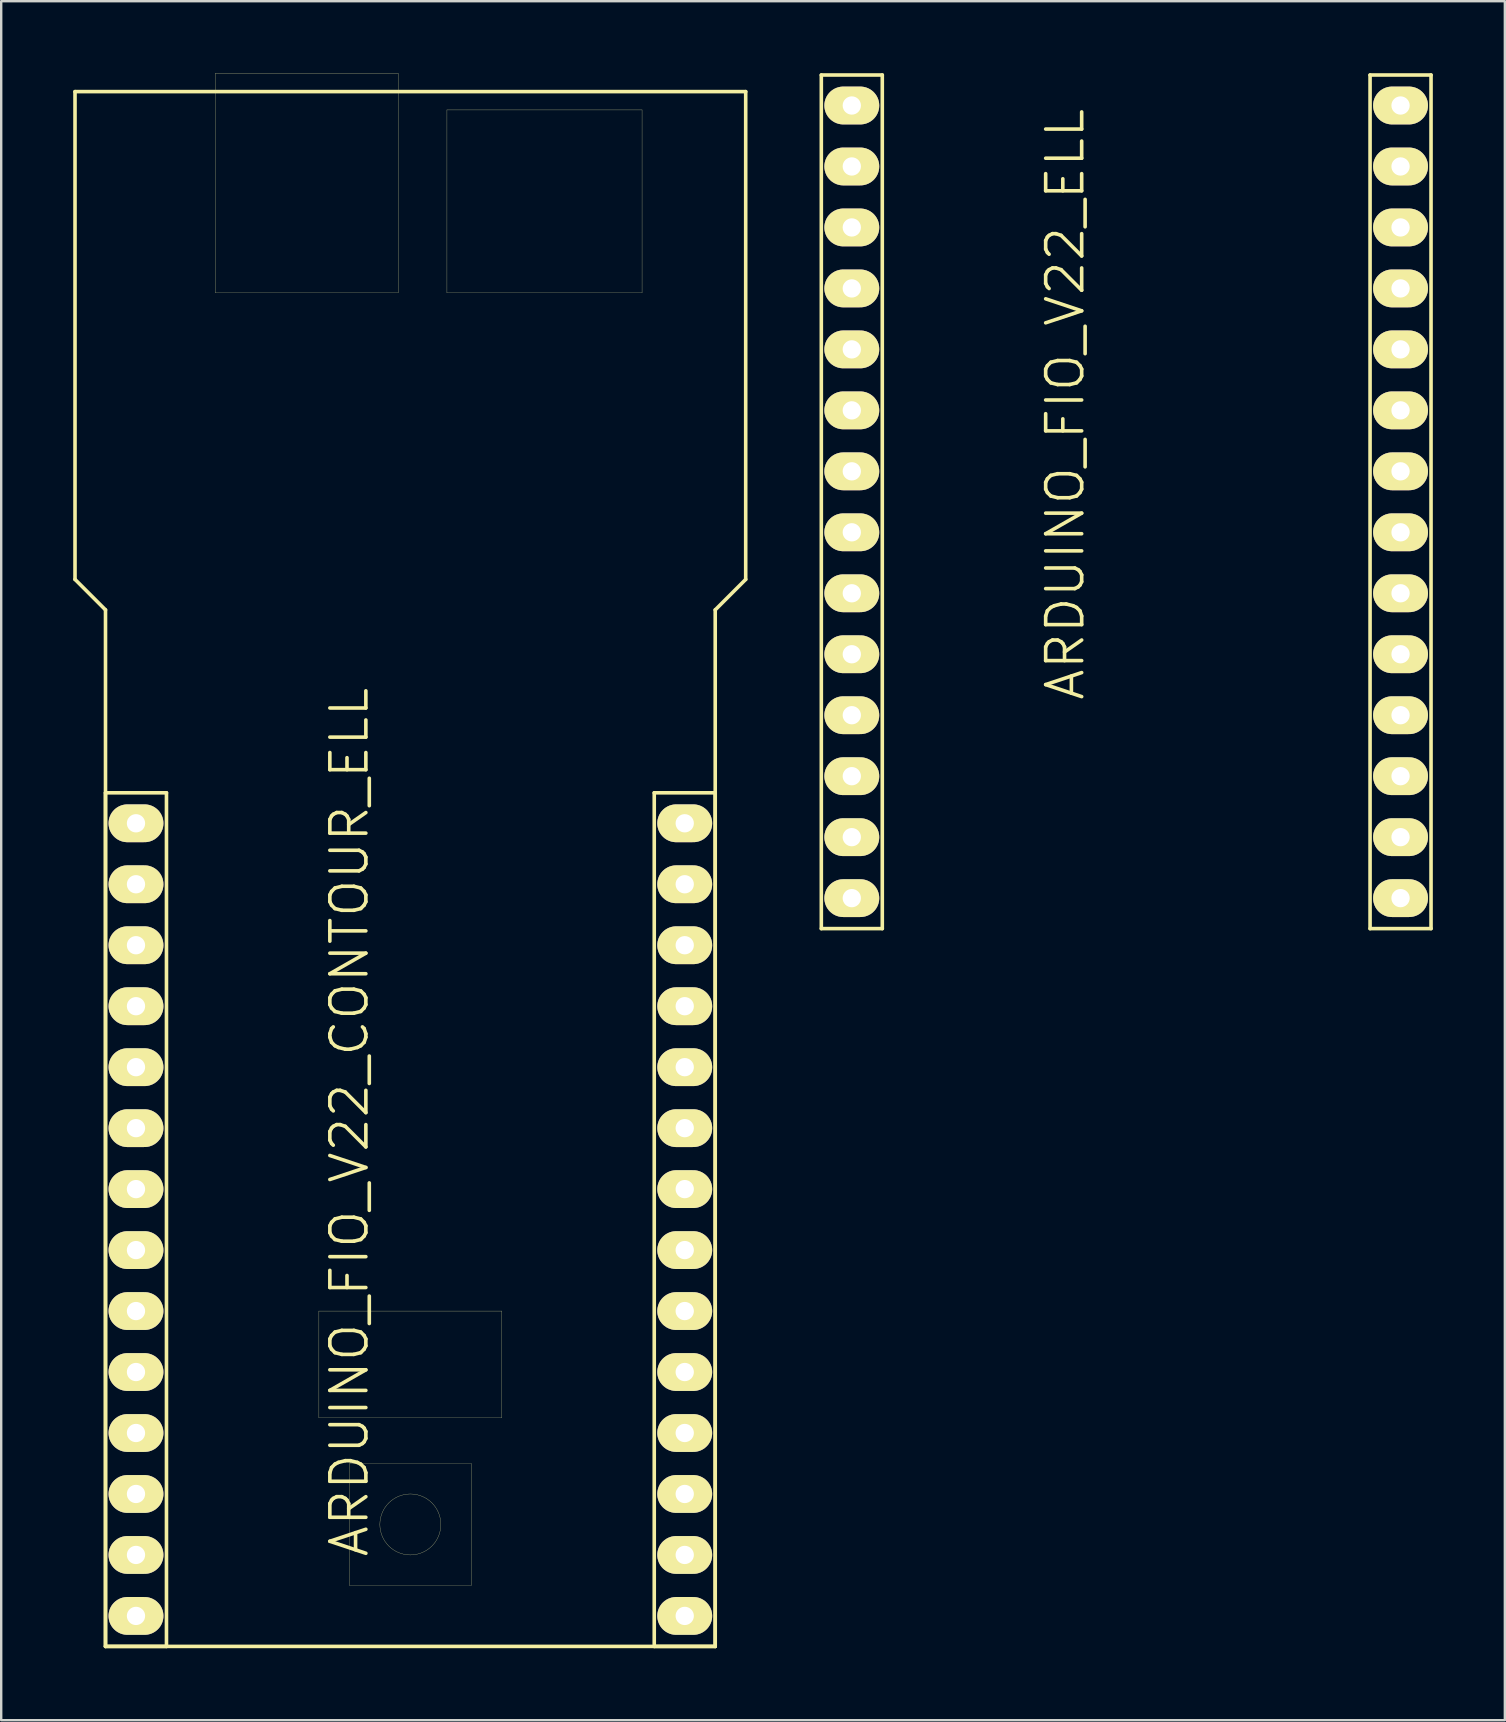
<source format=kicad_pcb>
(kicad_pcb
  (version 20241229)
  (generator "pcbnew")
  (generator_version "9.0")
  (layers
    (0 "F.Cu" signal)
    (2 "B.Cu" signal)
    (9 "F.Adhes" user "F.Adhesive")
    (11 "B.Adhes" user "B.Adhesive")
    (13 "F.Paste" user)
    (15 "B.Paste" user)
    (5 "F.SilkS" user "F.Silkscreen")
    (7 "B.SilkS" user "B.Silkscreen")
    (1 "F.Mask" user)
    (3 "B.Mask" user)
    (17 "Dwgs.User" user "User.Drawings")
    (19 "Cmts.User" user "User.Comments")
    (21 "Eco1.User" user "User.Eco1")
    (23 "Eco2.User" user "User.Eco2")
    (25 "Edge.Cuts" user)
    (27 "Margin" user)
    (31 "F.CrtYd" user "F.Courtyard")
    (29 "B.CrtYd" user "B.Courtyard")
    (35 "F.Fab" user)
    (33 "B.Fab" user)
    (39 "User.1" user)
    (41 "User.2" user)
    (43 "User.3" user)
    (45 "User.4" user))
  (footprint "ARDUINO_FIO_V22_CONTOUR_ELL"
    (layer "F.Cu")
    (at 14.045 47.757)
    (property "Reference" "ARDUINO_FIO_V22_CONTOUR_ELL" (at -2.54 -4.064 90) (layer "F.SilkS") (effects (font (size 1.5 1.5) (thickness 0.15))))
    (attr through_hole)
    (fp_line (start -13.97 -46.99) (end -13.97 -26.67) (stroke (width 0.15) (type solid)) (layer "F.SilkS"))
    (fp_line (start -13.97 -26.67) (end -12.7 -25.4) (stroke (width 0.15) (type solid)) (layer "F.SilkS"))
    (fp_line (start -12.7 -25.4) (end -12.7 17.78) (stroke (width 0.15) (type solid)) (layer "F.SilkS"))
    (fp_line (start -12.7 -17.78) (end -10.16 -17.78) (stroke (width 0.15) (type solid)) (layer "F.SilkS"))
    (fp_line (start -12.7 17.78) (end -12.7 -17.78) (stroke (width 0.15) (type solid)) (layer "F.SilkS"))
    (fp_line (start -12.7 17.78) (end 12.7 17.78) (stroke (width 0.15) (type solid)) (layer "F.SilkS"))
    (fp_line (start -10.16 -17.78) (end -10.16 17.78) (stroke (width 0.15) (type solid)) (layer "F.SilkS"))
    (fp_line (start -10.16 17.78) (end -12.7 17.78) (stroke (width 0.15) (type solid)) (layer "F.SilkS"))
    (fp_line (start -8.128 -47.752) (end -0.508 -47.752) (stroke (width 0.01) (type solid)) (layer "F.SilkS"))
    (fp_line (start -8.128 -38.608) (end -8.128 -47.752) (stroke (width 0.01) (type solid)) (layer "F.SilkS"))
    (fp_line (start -3.81 8.255) (end -3.81 3.81) (stroke (width 0.01) (type solid)) (layer "F.SilkS"))
    (fp_line (start -2.54 10.16) (end -2.54 15.24) (stroke (width 0.01) (type solid)) (layer "F.SilkS"))
    (fp_line (start -2.54 15.24) (end 2.54 15.24) (stroke (width 0.01) (type solid)) (layer "F.SilkS"))
    (fp_line (start -0.508 -47.752) (end -0.508 -38.608) (stroke (width 0.01) (type solid)) (layer "F.SilkS"))
    (fp_line (start -0.508 -38.608) (end -8.128 -38.608) (stroke (width 0.01) (type solid)) (layer "F.SilkS"))
    (fp_line (start 1.524 -46.228) (end 1.524 -38.608) (stroke (width 0.01) (type solid)) (layer "F.SilkS"))
    (fp_line (start 1.524 -38.608) (end 9.652 -38.608) (stroke (width 0.01) (type solid)) (layer "F.SilkS"))
    (fp_line (start 2.54 10.16) (end -2.54 10.16) (stroke (width 0.01) (type solid)) (layer "F.SilkS"))
    (fp_line (start 2.54 15.24) (end 2.54 10.16) (stroke (width 0.01) (type solid)) (layer "F.SilkS"))
    (fp_line (start 3.81 3.81) (end -3.81 3.81) (stroke (width 0.01) (type solid)) (layer "F.SilkS"))
    (fp_line (start 3.81 3.81) (end 3.81 8.255) (stroke (width 0.01) (type solid)) (layer "F.SilkS"))
    (fp_line (start 3.81 8.255) (end -3.81 8.255) (stroke (width 0.01) (type solid)) (layer "F.SilkS"))
    (fp_line (start 9.652 -46.228) (end 1.524 -46.228) (stroke (width 0.01) (type solid)) (layer "F.SilkS"))
    (fp_line (start 9.652 -38.608) (end 9.652 -46.228) (stroke (width 0.01) (type solid)) (layer "F.SilkS"))
    (fp_line (start 10.16 -17.78) (end 12.7 -17.78) (stroke (width 0.15) (type solid)) (layer "F.SilkS"))
    (fp_line (start 10.16 17.78) (end 10.16 -17.78) (stroke (width 0.15) (type solid)) (layer "F.SilkS"))
    (fp_line (start 12.7 -25.4) (end 13.97 -26.67) (stroke (width 0.15) (type solid)) (layer "F.SilkS"))
    (fp_line (start 12.7 -17.78) (end 12.7 17.78) (stroke (width 0.15) (type solid)) (layer "F.SilkS"))
    (fp_line (start 12.7 17.78) (end 10.16 17.78) (stroke (width 0.15) (type solid)) (layer "F.SilkS"))
    (fp_line (start 12.7 17.78) (end 12.7 -25.4) (stroke (width 0.15) (type solid)) (layer "F.SilkS"))
    (fp_line (start 13.97 -46.99) (end -13.97 -46.99) (stroke (width 0.15) (type solid)) (layer "F.SilkS"))
    (fp_line (start 13.97 -26.67) (end 13.97 -46.99) (stroke (width 0.15) (type solid)) (layer "F.SilkS"))
    (fp_circle (center 0 12.7) (end -1.27 12.7) (stroke (width 0.01) (type solid)) (fill no) (layer "F.SilkS"))
    (pad "2" thru_hole oval (at -11.43 -11.43) (size 2.286 1.575) (drill 0.762) (layers "*.Cu" "*.Mask" "F.SilkS"))
    (pad "3" thru_hole oval (at -11.43 -8.89) (size 2.286 1.575) (drill 0.762) (layers "*.Cu" "*.Mask" "F.SilkS"))
    (pad "3V31" thru_hole oval (at -11.43 -16.51) (size 2.286 1.575) (drill 0.762) (layers "*.Cu" "*.Mask" "F.SilkS"))
    (pad "3V32" thru_hole oval (at 11.43 -11.43) (size 2.286 1.575) (drill 0.762) (layers "*.Cu" "*.Mask" "F.SilkS"))
    (pad "4" thru_hole oval (at -11.43 -6.35) (size 2.286 1.575) (drill 0.762) (layers "*.Cu" "*.Mask" "F.SilkS"))
    (pad "5" thru_hole oval (at -11.43 -3.81) (size 2.286 1.575) (drill 0.762) (layers "*.Cu" "*.Mask" "F.SilkS"))
    (pad "6" thru_hole oval (at -11.43 -1.27) (size 2.286 1.575) (drill 0.762) (layers "*.Cu" "*.Mask" "F.SilkS"))
    (pad "7" thru_hole oval (at -11.43 1.27) (size 2.286 1.575) (drill 0.762) (layers "*.Cu" "*.Mask" "F.SilkS"))
    (pad "8" thru_hole oval (at -11.43 3.81) (size 2.286 1.575) (drill 0.762) (layers "*.Cu" "*.Mask" "F.SilkS"))
    (pad "9" thru_hole oval (at -11.43 6.35) (size 2.286 1.575) (drill 0.762) (layers "*.Cu" "*.Mask" "F.SilkS"))
    (pad "10" thru_hole oval (at -11.43 8.89) (size 2.286 1.575) (drill 0.762) (layers "*.Cu" "*.Mask" "F.SilkS"))
    (pad "11" thru_hole oval (at -11.43 11.43) (size 2.286 1.575) (drill 0.762) (layers "*.Cu" "*.Mask" "F.SilkS"))
    (pad "12" thru_hole oval (at -11.43 13.97) (size 2.286 1.575) (drill 0.762) (layers "*.Cu" "*.Mask" "F.SilkS"))
    (pad "13" thru_hole oval (at -11.43 16.51) (size 2.286 1.575) (drill 0.762) (layers "*.Cu" "*.Mask" "F.SilkS"))
    (pad "A0" thru_hole oval (at 11.43 -1.27) (size 2.286 1.575) (drill 0.762) (layers "*.Cu" "*.Mask" "F.SilkS"))
    (pad "A1" thru_hole oval (at 11.43 1.27) (size 2.286 1.575) (drill 0.762) (layers "*.Cu" "*.Mask" "F.SilkS"))
    (pad "A2" thru_hole oval (at 11.43 3.81) (size 2.286 1.575) (drill 0.762) (layers "*.Cu" "*.Mask" "F.SilkS"))
    (pad "A3" thru_hole oval (at 11.43 6.35) (size 2.286 1.575) (drill 0.762) (layers "*.Cu" "*.Mask" "F.SilkS"))
    (pad "A4" thru_hole oval (at 11.43 8.89) (size 2.286 1.575) (drill 0.762) (layers "*.Cu" "*.Mask" "F.SilkS"))
    (pad "A5" thru_hole oval (at 11.43 11.43) (size 2.286 1.575) (drill 0.762) (layers "*.Cu" "*.Mask" "F.SilkS"))
    (pad "A6" thru_hole oval (at 11.43 13.97) (size 2.286 1.575) (drill 0.762) (layers "*.Cu" "*.Mask" "F.SilkS"))
    (pad "A7" thru_hole oval (at 11.43 16.51) (size 2.286 1.575) (drill 0.762) (layers "*.Cu" "*.Mask" "F.SilkS"))
    (pad "AREF" thru_hole oval (at 11.43 -13.97) (size 2.286 1.575) (drill 0.762) (layers "*.Cu" "*.Mask" "F.SilkS"))
    (pad "DTR" thru_hole oval (at 11.43 -3.81) (size 2.286 1.575) (drill 0.762) (layers "*.Cu" "*.Mask" "F.SilkS"))
    (pad "GND1" thru_hole oval (at -11.43 -13.97) (size 2.286 1.575) (drill 0.762) (layers "*.Cu" "*.Mask" "F.SilkS"))
    (pad "GND2" thru_hole oval (at 11.43 -16.51) (size 2.286 1.575) (drill 0.762) (layers "*.Cu" "*.Mask" "F.SilkS"))
    (pad "RX" thru_hole oval (at 11.43 -8.89) (size 2.286 1.575) (drill 0.762) (layers "*.Cu" "*.Mask" "F.SilkS"))
    (pad "TX" thru_hole oval (at 11.43 -6.35) (size 2.286 1.575) (drill 0.762) (layers "*.Cu" "*.Mask" "F.SilkS")))
  (footprint "ARDUINO_FIO_V22_ELL"
    (layer "F.Cu")
    (at 43.865 17.855)
    (property "Reference" "ARDUINO_FIO_V22_ELL" (at -2.54 -4.064 90) (layer "F.SilkS") (effects (font (size 1.5 1.5) (thickness 0.15))))
    (attr through_hole)
    (fp_line (start -12.7 -17.78) (end -10.16 -17.78) (stroke (width 0.15) (type solid)) (layer "F.SilkS"))
    (fp_line (start -12.7 17.78) (end -12.7 -17.78) (stroke (width 0.15) (type solid)) (layer "F.SilkS"))
    (fp_line (start -10.16 -17.78) (end -10.16 17.78) (stroke (width 0.15) (type solid)) (layer "F.SilkS"))
    (fp_line (start -10.16 17.78) (end -12.7 17.78) (stroke (width 0.15) (type solid)) (layer "F.SilkS"))
    (fp_line (start 10.16 -17.78) (end 12.7 -17.78) (stroke (width 0.15) (type solid)) (layer "F.SilkS"))
    (fp_line (start 10.16 17.78) (end 10.16 -17.78) (stroke (width 0.15) (type solid)) (layer "F.SilkS"))
    (fp_line (start 12.7 -17.78) (end 12.7 17.78) (stroke (width 0.15) (type solid)) (layer "F.SilkS"))
    (fp_line (start 12.7 17.78) (end 10.16 17.78) (stroke (width 0.15) (type solid)) (layer "F.SilkS"))
    (pad "2" thru_hole oval (at -11.43 -11.43) (size 2.286 1.575) (drill 0.762) (layers "*.Cu" "*.Mask" "F.SilkS"))
    (pad "3" thru_hole oval (at -11.43 -8.89) (size 2.286 1.575) (drill 0.762) (layers "*.Cu" "*.Mask" "F.SilkS"))
    (pad "3V31" thru_hole oval (at -11.43 -16.51) (size 2.286 1.575) (drill 0.762) (layers "*.Cu" "*.Mask" "F.SilkS"))
    (pad "3V32" thru_hole oval (at 11.43 -11.43) (size 2.286 1.575) (drill 0.762) (layers "*.Cu" "*.Mask" "F.SilkS"))
    (pad "4" thru_hole oval (at -11.43 -6.35) (size 2.286 1.575) (drill 0.762) (layers "*.Cu" "*.Mask" "F.SilkS"))
    (pad "5" thru_hole oval (at -11.43 -3.81) (size 2.286 1.575) (drill 0.762) (layers "*.Cu" "*.Mask" "F.SilkS"))
    (pad "6" thru_hole oval (at -11.43 -1.27) (size 2.286 1.575) (drill 0.762) (layers "*.Cu" "*.Mask" "F.SilkS"))
    (pad "7" thru_hole oval (at -11.43 1.27) (size 2.286 1.575) (drill 0.762) (layers "*.Cu" "*.Mask" "F.SilkS"))
    (pad "8" thru_hole oval (at -11.43 3.81) (size 2.286 1.575) (drill 0.762) (layers "*.Cu" "*.Mask" "F.SilkS"))
    (pad "9" thru_hole oval (at -11.43 6.35) (size 2.286 1.575) (drill 0.762) (layers "*.Cu" "*.Mask" "F.SilkS"))
    (pad "10" thru_hole oval (at -11.43 8.89) (size 2.286 1.575) (drill 0.762) (layers "*.Cu" "*.Mask" "F.SilkS"))
    (pad "11" thru_hole oval (at -11.43 11.43) (size 2.286 1.575) (drill 0.762) (layers "*.Cu" "*.Mask" "F.SilkS"))
    (pad "12" thru_hole oval (at -11.43 13.97) (size 2.286 1.575) (drill 0.762) (layers "*.Cu" "*.Mask" "F.SilkS"))
    (pad "13" thru_hole oval (at -11.43 16.51) (size 2.286 1.575) (drill 0.762) (layers "*.Cu" "*.Mask" "F.SilkS"))
    (pad "A0" thru_hole oval (at 11.43 -1.27) (size 2.286 1.575) (drill 0.762) (layers "*.Cu" "*.Mask" "F.SilkS"))
    (pad "A1" thru_hole oval (at 11.43 1.27) (size 2.286 1.575) (drill 0.762) (layers "*.Cu" "*.Mask" "F.SilkS"))
    (pad "A2" thru_hole oval (at 11.43 3.81) (size 2.286 1.575) (drill 0.762) (layers "*.Cu" "*.Mask" "F.SilkS"))
    (pad "A3" thru_hole oval (at 11.43 6.35) (size 2.286 1.575) (drill 0.762) (layers "*.Cu" "*.Mask" "F.SilkS"))
    (pad "A4" thru_hole oval (at 11.43 8.89) (size 2.286 1.575) (drill 0.762) (layers "*.Cu" "*.Mask" "F.SilkS"))
    (pad "A5" thru_hole oval (at 11.43 11.43) (size 2.286 1.575) (drill 0.762) (layers "*.Cu" "*.Mask" "F.SilkS"))
    (pad "A6" thru_hole oval (at 11.43 13.97) (size 2.286 1.575) (drill 0.762) (layers "*.Cu" "*.Mask" "F.SilkS"))
    (pad "A7" thru_hole oval (at 11.43 16.51) (size 2.286 1.575) (drill 0.762) (layers "*.Cu" "*.Mask" "F.SilkS"))
    (pad "AREF" thru_hole oval (at 11.43 -13.97) (size 2.286 1.575) (drill 0.762) (layers "*.Cu" "*.Mask" "F.SilkS"))
    (pad "DTR" thru_hole oval (at 11.43 -3.81) (size 2.286 1.575) (drill 0.762) (layers "*.Cu" "*.Mask" "F.SilkS"))
    (pad "GND1" thru_hole oval (at -11.43 -13.97) (size 2.286 1.575) (drill 0.762) (layers "*.Cu" "*.Mask" "F.SilkS"))
    (pad "GND2" thru_hole oval (at 11.43 -16.51) (size 2.286 1.575) (drill 0.762) (layers "*.Cu" "*.Mask" "F.SilkS"))
    (pad "RX" thru_hole oval (at 11.43 -8.89) (size 2.286 1.575) (drill 0.762) (layers "*.Cu" "*.Mask" "F.SilkS"))
    (pad "TX" thru_hole oval (at 11.43 -6.35) (size 2.286 1.575) (drill 0.762) (layers "*.Cu" "*.Mask" "F.SilkS")))
  (gr_rect
    (start -3 -3)
    (end 59.64 68.612)
    (stroke (width 0.1) (type default))
    (fill no)
    (layer "Edge.Cuts")))
</source>
